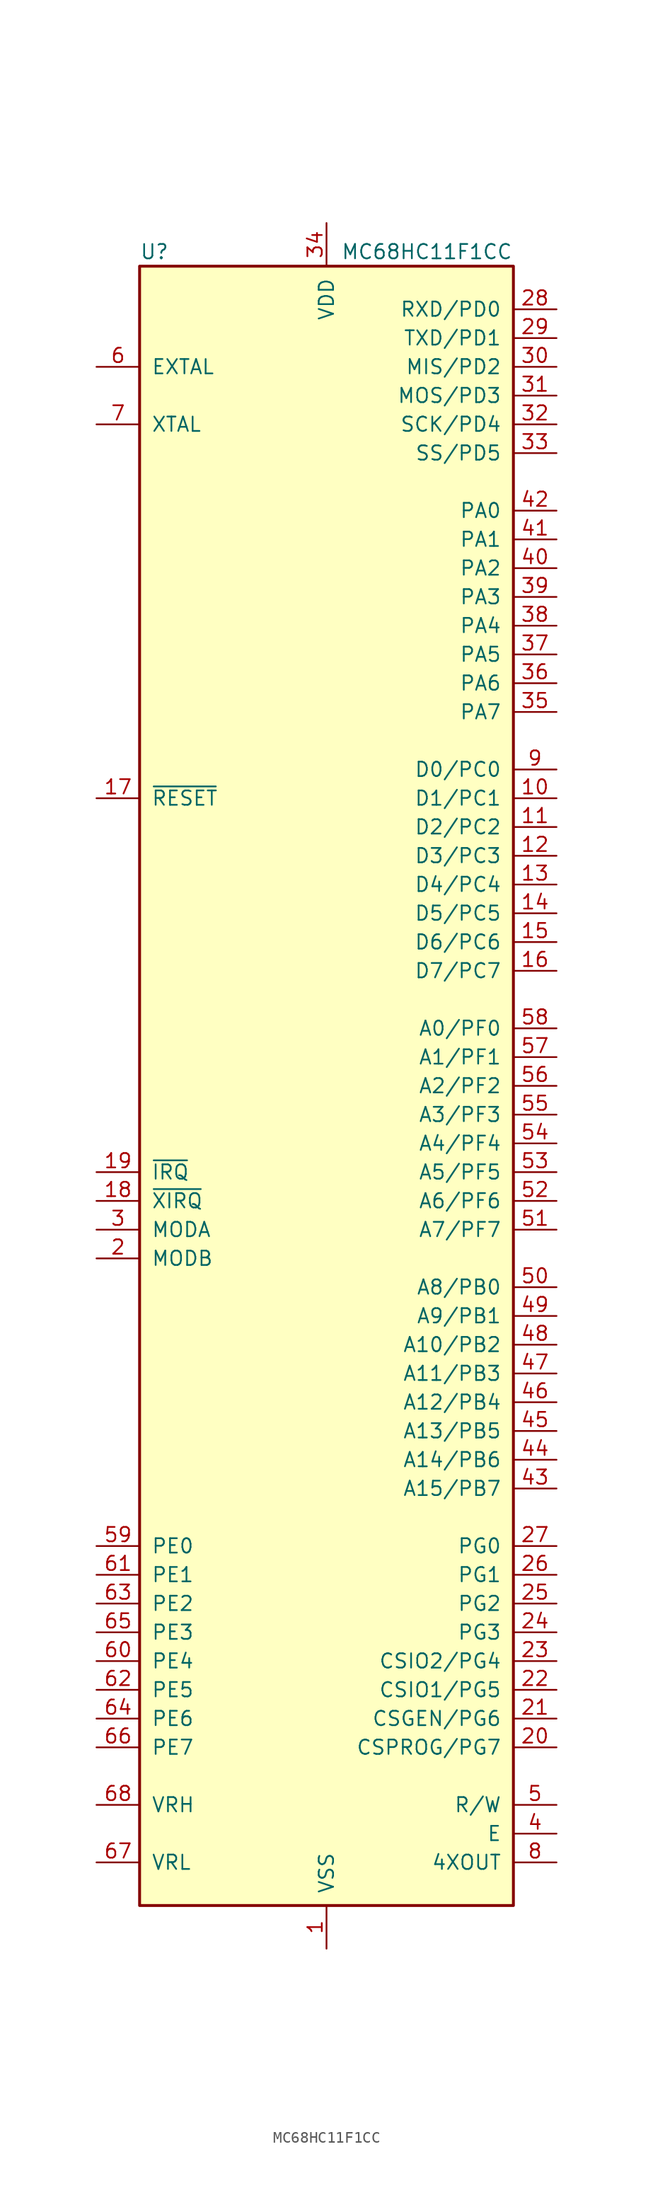
<source format=kicad_sym>
(kicad_symbol_lib
  (version 20201005)
  (generator kicad_symbol_editor)
  (symbol "MCU_NXP_HC11:MC68HC11F1CC"
    (pin_names
      (offset 1.016))
    (property "Reference" "U"
      (at -16.51 71.12 0)
      (effects (font (size 1.27 1.27)) (justify left)))
    (property "Value" "MC68HC11F1CC"
      (at 1.27 71.12 0)
      (effects (font (size 1.27 1.27)) (justify left)))
    (symbol "MC68HC11F1CC_0_1"
      (rectangle (start -16.51 69.85) (end 16.51 -74.93) (stroke (width 0.254)) (fill (type background))))
    (symbol "MC68HC11F1CC_1_1"
      (pin power_in line (at 0 -78.74 90) (length 3.81) (name "VSS" (effects (font (size 1.27 1.27)))) (number "1" (effects (font (size 1.27 1.27)))))
      (pin bidirectional line (at 20.32 22.86 180) (length 3.81) (name "D1/PC1" (effects (font (size 1.27 1.27)))) (number "10" (effects (font (size 1.27 1.27)))))
      (pin bidirectional line (at 20.32 20.32 180) (length 3.81) (name "D2/PC2" (effects (font (size 1.27 1.27)))) (number "11" (effects (font (size 1.27 1.27)))))
      (pin bidirectional line (at 20.32 17.78 180) (length 3.81) (name "D3/PC3" (effects (font (size 1.27 1.27)))) (number "12" (effects (font (size 1.27 1.27)))))
      (pin bidirectional line (at 20.32 15.24 180) (length 3.81) (name "D4/PC4" (effects (font (size 1.27 1.27)))) (number "13" (effects (font (size 1.27 1.27)))))
      (pin bidirectional line (at 20.32 12.7 180) (length 3.81) (name "D5/PC5" (effects (font (size 1.27 1.27)))) (number "14" (effects (font (size 1.27 1.27)))))
      (pin bidirectional line (at 20.32 10.16 180) (length 3.81) (name "D6/PC6" (effects (font (size 1.27 1.27)))) (number "15" (effects (font (size 1.27 1.27)))))
      (pin bidirectional line (at 20.32 7.62 180) (length 3.81) (name "D7/PC7" (effects (font (size 1.27 1.27)))) (number "16" (effects (font (size 1.27 1.27)))))
      (pin input line (at -20.32 22.86 0) (length 3.81) (name "~RESET" (effects (font (size 1.27 1.27)))) (number "17" (effects (font (size 1.27 1.27)))))
      (pin input line (at -20.32 -12.7 0) (length 3.81) (name "~XIRQ" (effects (font (size 1.27 1.27)))) (number "18" (effects (font (size 1.27 1.27)))))
      (pin input line (at -20.32 -10.16 0) (length 3.81) (name "~IRQ" (effects (font (size 1.27 1.27)))) (number "19" (effects (font (size 1.27 1.27)))))
      (pin input line (at -20.32 -17.78 0) (length 3.81) (name "MODB" (effects (font (size 1.27 1.27)))) (number "2" (effects (font (size 1.27 1.27)))))
      (pin bidirectional line (at 20.32 -60.96 180) (length 3.81) (name "CSPROG/PG7" (effects (font (size 1.27 1.27)))) (number "20" (effects (font (size 1.27 1.27)))))
      (pin bidirectional line (at 20.32 -58.42 180) (length 3.81) (name "CSGEN/PG6" (effects (font (size 1.27 1.27)))) (number "21" (effects (font (size 1.27 1.27)))))
      (pin bidirectional line (at 20.32 -55.88 180) (length 3.81) (name "CSIO1/PG5" (effects (font (size 1.27 1.27)))) (number "22" (effects (font (size 1.27 1.27)))))
      (pin bidirectional line (at 20.32 -53.34 180) (length 3.81) (name "CSIO2/PG4" (effects (font (size 1.27 1.27)))) (number "23" (effects (font (size 1.27 1.27)))))
      (pin bidirectional line (at 20.32 -50.8 180) (length 3.81) (name "PG3" (effects (font (size 1.27 1.27)))) (number "24" (effects (font (size 1.27 1.27)))))
      (pin bidirectional line (at 20.32 -48.26 180) (length 3.81) (name "PG2" (effects (font (size 1.27 1.27)))) (number "25" (effects (font (size 1.27 1.27)))))
      (pin bidirectional line (at 20.32 -45.72 180) (length 3.81) (name "PG1" (effects (font (size 1.27 1.27)))) (number "26" (effects (font (size 1.27 1.27)))))
      (pin bidirectional line (at 20.32 -43.18 180) (length 3.81) (name "PG0" (effects (font (size 1.27 1.27)))) (number "27" (effects (font (size 1.27 1.27)))))
      (pin bidirectional line (at 20.32 66.04 180) (length 3.81) (name "RXD/PD0" (effects (font (size 1.27 1.27)))) (number "28" (effects (font (size 1.27 1.27)))))
      (pin bidirectional line (at 20.32 63.5 180) (length 3.81) (name "TXD/PD1" (effects (font (size 1.27 1.27)))) (number "29" (effects (font (size 1.27 1.27)))))
      (pin bidirectional line (at -20.32 -15.24 0) (length 3.81) (name "MODA" (effects (font (size 1.27 1.27)))) (number "3" (effects (font (size 1.27 1.27)))))
      (pin bidirectional line (at 20.32 60.96 180) (length 3.81) (name "MIS/PD2" (effects (font (size 1.27 1.27)))) (number "30" (effects (font (size 1.27 1.27)))))
      (pin bidirectional line (at 20.32 58.42 180) (length 3.81) (name "MOS/PD3" (effects (font (size 1.27 1.27)))) (number "31" (effects (font (size 1.27 1.27)))))
      (pin bidirectional line (at 20.32 55.88 180) (length 3.81) (name "SCK/PD4" (effects (font (size 1.27 1.27)))) (number "32" (effects (font (size 1.27 1.27)))))
      (pin bidirectional line (at 20.32 53.34 180) (length 3.81) (name "SS/PD5" (effects (font (size 1.27 1.27)))) (number "33" (effects (font (size 1.27 1.27)))))
      (pin power_in line (at 0 73.66 270) (length 3.81) (name "VDD" (effects (font (size 1.27 1.27)))) (number "34" (effects (font (size 1.27 1.27)))))
      (pin bidirectional line (at 20.32 30.48 180) (length 3.81) (name "PA7" (effects (font (size 1.27 1.27)))) (number "35" (effects (font (size 1.27 1.27)))))
      (pin bidirectional line (at 20.32 33.02 180) (length 3.81) (name "PA6" (effects (font (size 1.27 1.27)))) (number "36" (effects (font (size 1.27 1.27)))))
      (pin bidirectional line (at 20.32 35.56 180) (length 3.81) (name "PA5" (effects (font (size 1.27 1.27)))) (number "37" (effects (font (size 1.27 1.27)))))
      (pin bidirectional line (at 20.32 38.1 180) (length 3.81) (name "PA4" (effects (font (size 1.27 1.27)))) (number "38" (effects (font (size 1.27 1.27)))))
      (pin bidirectional line (at 20.32 40.64 180) (length 3.81) (name "PA3" (effects (font (size 1.27 1.27)))) (number "39" (effects (font (size 1.27 1.27)))))
      (pin output line (at 20.32 -68.58 180) (length 3.81) (name "E" (effects (font (size 1.27 1.27)))) (number "4" (effects (font (size 1.27 1.27)))))
      (pin bidirectional line (at 20.32 43.18 180) (length 3.81) (name "PA2" (effects (font (size 1.27 1.27)))) (number "40" (effects (font (size 1.27 1.27)))))
      (pin bidirectional line (at 20.32 45.72 180) (length 3.81) (name "PA1" (effects (font (size 1.27 1.27)))) (number "41" (effects (font (size 1.27 1.27)))))
      (pin bidirectional line (at 20.32 48.26 180) (length 3.81) (name "PA0" (effects (font (size 1.27 1.27)))) (number "42" (effects (font (size 1.27 1.27)))))
      (pin output line (at 20.32 -38.1 180) (length 3.81) (name "A15/PB7" (effects (font (size 1.27 1.27)))) (number "43" (effects (font (size 1.27 1.27)))))
      (pin output line (at 20.32 -35.56 180) (length 3.81) (name "A14/PB6" (effects (font (size 1.27 1.27)))) (number "44" (effects (font (size 1.27 1.27)))))
      (pin output line (at 20.32 -33.02 180) (length 3.81) (name "A13/PB5" (effects (font (size 1.27 1.27)))) (number "45" (effects (font (size 1.27 1.27)))))
      (pin output line (at 20.32 -30.48 180) (length 3.81) (name "A12/PB4" (effects (font (size 1.27 1.27)))) (number "46" (effects (font (size 1.27 1.27)))))
      (pin output line (at 20.32 -27.94 180) (length 3.81) (name "A11/PB3" (effects (font (size 1.27 1.27)))) (number "47" (effects (font (size 1.27 1.27)))))
      (pin output line (at 20.32 -25.4 180) (length 3.81) (name "A10/PB2" (effects (font (size 1.27 1.27)))) (number "48" (effects (font (size 1.27 1.27)))))
      (pin output line (at 20.32 -22.86 180) (length 3.81) (name "A9/PB1" (effects (font (size 1.27 1.27)))) (number "49" (effects (font (size 1.27 1.27)))))
      (pin output line (at 20.32 -66.04 180) (length 3.81) (name "R/W" (effects (font (size 1.27 1.27)))) (number "5" (effects (font (size 1.27 1.27)))))
      (pin output line (at 20.32 -20.32 180) (length 3.81) (name "A8/PB0" (effects (font (size 1.27 1.27)))) (number "50" (effects (font (size 1.27 1.27)))))
      (pin output line (at 20.32 -15.24 180) (length 3.81) (name "A7/PF7" (effects (font (size 1.27 1.27)))) (number "51" (effects (font (size 1.27 1.27)))))
      (pin output line (at 20.32 -12.7 180) (length 3.81) (name "A6/PF6" (effects (font (size 1.27 1.27)))) (number "52" (effects (font (size 1.27 1.27)))))
      (pin output line (at 20.32 -10.16 180) (length 3.81) (name "A5/PF5" (effects (font (size 1.27 1.27)))) (number "53" (effects (font (size 1.27 1.27)))))
      (pin output line (at 20.32 -7.62 180) (length 3.81) (name "A4/PF4" (effects (font (size 1.27 1.27)))) (number "54" (effects (font (size 1.27 1.27)))))
      (pin output line (at 20.32 -5.08 180) (length 3.81) (name "A3/PF3" (effects (font (size 1.27 1.27)))) (number "55" (effects (font (size 1.27 1.27)))))
      (pin output line (at 20.32 -2.54 180) (length 3.81) (name "A2/PF2" (effects (font (size 1.27 1.27)))) (number "56" (effects (font (size 1.27 1.27)))))
      (pin output line (at 20.32 0 180) (length 3.81) (name "A1/PF1" (effects (font (size 1.27 1.27)))) (number "57" (effects (font (size 1.27 1.27)))))
      (pin output line (at 20.32 2.54 180) (length 3.81) (name "A0/PF0" (effects (font (size 1.27 1.27)))) (number "58" (effects (font (size 1.27 1.27)))))
      (pin input line (at -20.32 -43.18 0) (length 3.81) (name "PE0" (effects (font (size 1.27 1.27)))) (number "59" (effects (font (size 1.27 1.27)))))
      (pin output line (at -20.32 60.96 0) (length 3.81) (name "EXTAL" (effects (font (size 1.27 1.27)))) (number "6" (effects (font (size 1.27 1.27)))))
      (pin input line (at -20.32 -53.34 0) (length 3.81) (name "PE4" (effects (font (size 1.27 1.27)))) (number "60" (effects (font (size 1.27 1.27)))))
      (pin input line (at -20.32 -45.72 0) (length 3.81) (name "PE1" (effects (font (size 1.27 1.27)))) (number "61" (effects (font (size 1.27 1.27)))))
      (pin input line (at -20.32 -55.88 0) (length 3.81) (name "PE5" (effects (font (size 1.27 1.27)))) (number "62" (effects (font (size 1.27 1.27)))))
      (pin input line (at -20.32 -48.26 0) (length 3.81) (name "PE2" (effects (font (size 1.27 1.27)))) (number "63" (effects (font (size 1.27 1.27)))))
      (pin input line (at -20.32 -58.42 0) (length 3.81) (name "PE6" (effects (font (size 1.27 1.27)))) (number "64" (effects (font (size 1.27 1.27)))))
      (pin input line (at -20.32 -50.8 0) (length 3.81) (name "PE3" (effects (font (size 1.27 1.27)))) (number "65" (effects (font (size 1.27 1.27)))))
      (pin input line (at -20.32 -60.96 0) (length 3.81) (name "PE7" (effects (font (size 1.27 1.27)))) (number "66" (effects (font (size 1.27 1.27)))))
      (pin input line (at -20.32 -71.12 0) (length 3.81) (name "VRL" (effects (font (size 1.27 1.27)))) (number "67" (effects (font (size 1.27 1.27)))))
      (pin input line (at -20.32 -66.04 0) (length 3.81) (name "VRH" (effects (font (size 1.27 1.27)))) (number "68" (effects (font (size 1.27 1.27)))))
      (pin input line (at -20.32 55.88 0) (length 3.81) (name "XTAL" (effects (font (size 1.27 1.27)))) (number "7" (effects (font (size 1.27 1.27)))))
      (pin output line (at 20.32 -71.12 180) (length 3.81) (name "4XOUT" (effects (font (size 1.27 1.27)))) (number "8" (effects (font (size 1.27 1.27)))))
      (pin bidirectional line (at 20.32 25.4 180) (length 3.81) (name "D0/PC0" (effects (font (size 1.27 1.27)))) (number "9" (effects (font (size 1.27 1.27))))))))
</source>
